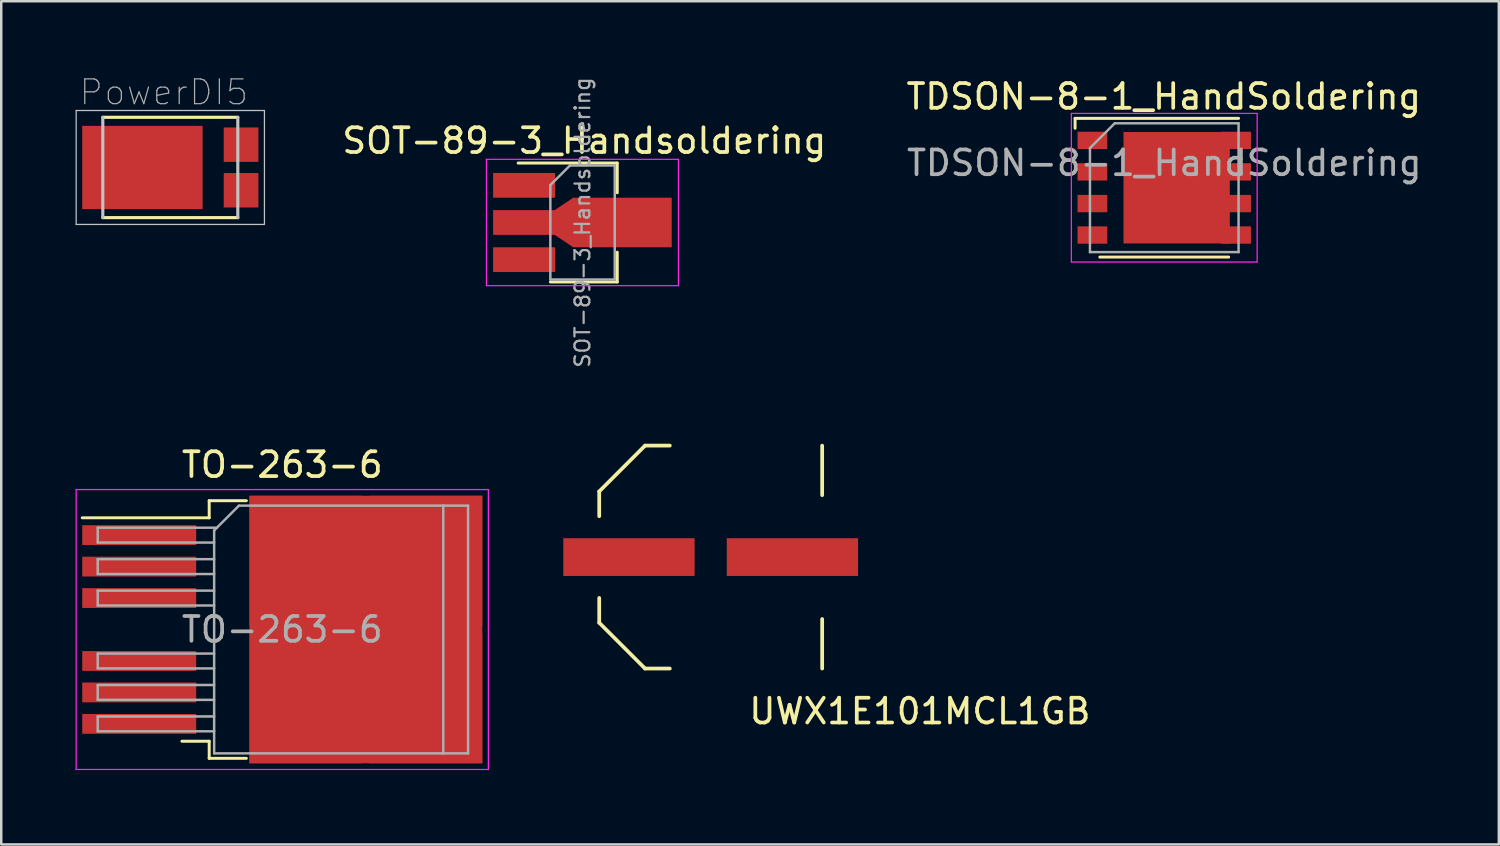
<source format=kicad_pcb>
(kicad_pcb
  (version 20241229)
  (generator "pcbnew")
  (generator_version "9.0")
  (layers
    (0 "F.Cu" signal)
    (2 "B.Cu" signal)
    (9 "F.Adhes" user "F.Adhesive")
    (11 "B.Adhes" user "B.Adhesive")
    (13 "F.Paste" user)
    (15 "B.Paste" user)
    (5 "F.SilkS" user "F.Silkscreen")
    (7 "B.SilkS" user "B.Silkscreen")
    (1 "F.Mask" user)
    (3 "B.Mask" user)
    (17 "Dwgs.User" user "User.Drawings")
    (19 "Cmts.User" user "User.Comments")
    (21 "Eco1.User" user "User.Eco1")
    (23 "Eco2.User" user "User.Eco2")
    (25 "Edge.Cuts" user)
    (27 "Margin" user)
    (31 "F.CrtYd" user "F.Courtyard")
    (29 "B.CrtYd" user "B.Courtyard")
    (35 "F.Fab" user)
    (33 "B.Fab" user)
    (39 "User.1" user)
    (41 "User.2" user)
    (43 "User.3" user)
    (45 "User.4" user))
  (footprint "UWX1E101MCL1GB"
    (layer "F.Cu")
    (at 25.64 19.439)
    (property "Reference" "UWX1E101MCL1GB" (at 8.445 6.223 0) (layer "F.SilkS") (effects (font (size 1 1) (thickness 0.15))))
    (attr through_hole)
    (fp_line (start -4.5 -2.65) (end -4.5 -1.65) (stroke (width 0.15) (type solid)) (layer "F.SilkS"))
    (fp_line (start -4.5 -2.65) (end -2.65 -4.5) (stroke (width 0.15) (type solid)) (layer "F.SilkS"))
    (fp_line (start -4.5 2.65) (end -4.5 1.65) (stroke (width 0.15) (type solid)) (layer "F.SilkS"))
    (fp_line (start -2.65 -4.5) (end -1.65 -4.5) (stroke (width 0.15) (type solid)) (layer "F.SilkS"))
    (fp_line (start -2.65 4.5) (end -4.5 2.65) (stroke (width 0.15) (type solid)) (layer "F.SilkS"))
    (fp_line (start -2.65 4.5) (end -1.65 4.5) (stroke (width 0.15) (type solid)) (layer "F.SilkS"))
    (fp_line (start 4.5 -4.5) (end 4.5 -2.5) (stroke (width 0.15) (type solid)) (layer "F.SilkS"))
    (fp_line (start 4.5 4.5) (end 4.5 2.5) (stroke (width 0.15) (type solid)) (layer "F.SilkS"))
    (pad "1" smd rect (at -3.3 0) (size 5.3 1.524) (layers "F.Cu" "F.Mask" "F.Paste"))
    (pad "2" smd rect (at 3.3 0) (size 5.3 1.524) (layers "F.Cu" "F.Mask" "F.Paste")))
  (footprint "TO-263-6"
    (layer "F.Cu")
    (at 8.345 22.363)
    (property "Reference" "TO-263-6" (at 0 -6.65 0) (layer "F.SilkS") (effects (font (size 1 1) (thickness 0.15))))
    (attr smd)
    (fp_line (start -2.95 -5.2) (end -2.95 -4.51) (stroke (width 0.12) (type solid)) (layer "F.SilkS"))
    (fp_line (start -2.95 -4.51) (end -8.075 -4.51) (stroke (width 0.12) (type solid)) (layer "F.SilkS"))
    (fp_line (start -2.95 4.51) (end -4.05 4.51) (stroke (width 0.12) (type solid)) (layer "F.SilkS"))
    (fp_line (start -2.95 5.2) (end -2.95 4.51) (stroke (width 0.12) (type solid)) (layer "F.SilkS"))
    (fp_line (start -1.45 -5.2) (end -2.95 -5.2) (stroke (width 0.12) (type solid)) (layer "F.SilkS"))
    (fp_line (start -1.45 5.2) (end -2.95 5.2) (stroke (width 0.12) (type solid)) (layer "F.SilkS"))
    (fp_line (start -8.32 -5.65) (end -8.32 5.65) (stroke (width 0.05) (type solid)) (layer "F.CrtYd"))
    (fp_line (start -8.32 5.65) (end 8.32 5.65) (stroke (width 0.05) (type solid)) (layer "F.CrtYd"))
    (fp_line (start 8.32 -5.65) (end -8.32 -5.65) (stroke (width 0.05) (type solid)) (layer "F.CrtYd"))
    (fp_line (start 8.32 5.65) (end 8.32 -5.65) (stroke (width 0.05) (type solid)) (layer "F.CrtYd"))
    (fp_line (start -7.45 -4.11) (end -7.45 -3.51) (stroke (width 0.1) (type solid)) (layer "F.Fab"))
    (fp_line (start -7.45 -3.51) (end -2.75 -3.51) (stroke (width 0.1) (type solid)) (layer "F.Fab"))
    (fp_line (start -7.45 -2.84) (end -7.45 -2.24) (stroke (width 0.1) (type solid)) (layer "F.Fab"))
    (fp_line (start -7.45 -2.24) (end -2.75 -2.24) (stroke (width 0.1) (type solid)) (layer "F.Fab"))
    (fp_line (start -7.45 -1.57) (end -7.45 -0.97) (stroke (width 0.1) (type solid)) (layer "F.Fab"))
    (fp_line (start -7.45 -0.97) (end -2.75 -0.97) (stroke (width 0.1) (type solid)) (layer "F.Fab"))
    (fp_line (start -7.45 0.97) (end -7.45 1.57) (stroke (width 0.1) (type solid)) (layer "F.Fab"))
    (fp_line (start -7.45 1.57) (end -2.75 1.57) (stroke (width 0.1) (type solid)) (layer "F.Fab"))
    (fp_line (start -7.45 2.24) (end -7.45 2.84) (stroke (width 0.1) (type solid)) (layer "F.Fab"))
    (fp_line (start -7.45 2.84) (end -2.75 2.84) (stroke (width 0.1) (type solid)) (layer "F.Fab"))
    (fp_line (start -7.45 3.51) (end -7.45 4.11) (stroke (width 0.1) (type solid)) (layer "F.Fab"))
    (fp_line (start -7.45 4.11) (end -2.75 4.11) (stroke (width 0.1) (type solid)) (layer "F.Fab"))
    (fp_line (start -2.75 -4) (end -1.75 -5) (stroke (width 0.1) (type solid)) (layer "F.Fab"))
    (fp_line (start -2.75 -2.84) (end -7.45 -2.84) (stroke (width 0.1) (type solid)) (layer "F.Fab"))
    (fp_line (start -2.75 -1.57) (end -7.45 -1.57) (stroke (width 0.1) (type solid)) (layer "F.Fab"))
    (fp_line (start -2.75 0.97) (end -7.45 0.97) (stroke (width 0.1) (type solid)) (layer "F.Fab"))
    (fp_line (start -2.75 2.24) (end -7.45 2.24) (stroke (width 0.1) (type solid)) (layer "F.Fab"))
    (fp_line (start -2.75 3.51) (end -7.45 3.51) (stroke (width 0.1) (type solid)) (layer "F.Fab"))
    (fp_line (start -2.75 5) (end -2.75 -4) (stroke (width 0.1) (type solid)) (layer "F.Fab"))
    (fp_line (start -2.64 -4.11) (end -7.45 -4.11) (stroke (width 0.1) (type solid)) (layer "F.Fab"))
    (fp_line (start -1.75 -5) (end 6.5 -5) (stroke (width 0.1) (type solid)) (layer "F.Fab"))
    (fp_line (start 6.5 -5) (end 6.5 5) (stroke (width 0.1) (type solid)) (layer "F.Fab"))
    (fp_line (start 6.5 -5) (end 7.5 -5) (stroke (width 0.1) (type solid)) (layer "F.Fab"))
    (fp_line (start 6.5 5) (end -2.75 5) (stroke (width 0.1) (type solid)) (layer "F.Fab"))
    (fp_line (start 7.5 -5) (end 7.5 5) (stroke (width 0.1) (type solid)) (layer "F.Fab"))
    (fp_line (start 7.5 5) (end 6.5 5) (stroke (width 0.1) (type solid)) (layer "F.Fab"))
    (fp_text user "${REFERENCE}" (at 0 0 0) (layer "F.Fab") (effects (font (size 1 1) (thickness 0.15))))
    (pad "1" smd rect (at -5.775 -3.81) (size 4.6 0.8) (layers "F.Cu" "F.Mask" "F.Paste"))
    (pad "2" smd rect (at -5.775 -2.54) (size 4.6 0.8) (layers "F.Cu" "F.Mask" "F.Paste"))
    (pad "2" smd rect (at -5.775 -1.27) (size 4.6 0.8) (layers "F.Cu" "F.Mask" "F.Paste"))
    (pad "2" smd rect (at -5.775 1.27) (size 4.6 0.8) (layers "F.Cu" "F.Mask" "F.Paste"))
    (pad "2" smd rect (at -5.775 2.54) (size 4.6 0.8) (layers "F.Cu" "F.Mask" "F.Paste"))
    (pad "2" smd rect (at -5.775 3.81) (size 4.6 0.8) (layers "F.Cu" "F.Mask" "F.Paste"))
    (pad "3" smd rect (at 0.95 -2.775) (size 4.55 5.25) (layers "F.Cu" "F.Paste"))
    (pad "3" smd rect (at 0.95 2.775) (size 4.55 5.25) (layers "F.Cu" "F.Paste"))
    (pad "3" smd rect (at 3.375 0) (size 9.4 10.8) (layers "F.Cu" "F.Mask"))
    (pad "3" smd rect (at 5.8 -2.775) (size 4.55 5.25) (layers "F.Cu" "F.Paste"))
    (pad "3" smd rect (at 5.8 2.775) (size 4.55 5.25) (layers "F.Cu" "F.Paste")))
  (footprint "TDSON-8-1_HandSoldering"
    (layer "F.Cu")
    (at 43.95 4.528)
    (property "Reference" "TDSON-8-1_HandSoldering" (at -0.02 -3.68 0) (layer "F.SilkS") (effects (font (size 1 1) (thickness 0.15))))
    (attr smd)
    (fp_line (start -3.6 -2.8) (end -3.6 -2.4) (stroke (width 0.12) (type solid)) (layer "F.SilkS"))
    (fp_line (start 2.6 2.8) (end -2.6 2.8) (stroke (width 0.12) (type solid)) (layer "F.SilkS"))
    (fp_line (start 3 -2.8) (end -3.6 -2.8) (stroke (width 0.12) (type solid)) (layer "F.SilkS"))
    (fp_line (start -3.75 -3) (end -3.75 3) (stroke (width 0.05) (type solid)) (layer "F.CrtYd"))
    (fp_line (start -3.75 3) (end 3.75 3) (stroke (width 0.05) (type solid)) (layer "F.CrtYd"))
    (fp_line (start 3.75 -3) (end -3.75 -3) (stroke (width 0.05) (type solid)) (layer "F.CrtYd"))
    (fp_line (start 3.75 3) (end 3.75 -3) (stroke (width 0.05) (type solid)) (layer "F.CrtYd"))
    (fp_line (start -3 2.6) (end -3 -1.6) (stroke (width 0.1) (type solid)) (layer "F.Fab"))
    (fp_line (start -2 -2.6) (end -3 -1.6) (stroke (width 0.1) (type solid)) (layer "F.Fab"))
    (fp_line (start -2 -2.6) (end 3 -2.6) (stroke (width 0.1) (type solid)) (layer "F.Fab"))
    (fp_line (start 3 -2.6) (end 3 2.6) (stroke (width 0.1) (type solid)) (layer "F.Fab"))
    (fp_line (start 3 2.6) (end -3 2.6) (stroke (width 0.1) (type solid)) (layer "F.Fab"))
    (fp_text user "${REFERENCE}" (at 0 -1 0) (layer "F.Fab") (effects (font (size 1 1) (thickness 0.15))))
    (pad "1" smd rect (at -2.9 1.91 270) (size 0.7 1.2) (layers "F.Cu" "F.Mask" "F.Paste"))
    (pad "2" smd rect (at -2.9 -1.91 270) (size 0.7 1.2) (layers "F.Cu" "F.Mask" "F.Paste"))
    (pad "2" smd rect (at -2.9 -0.64 270) (size 0.7 1.2) (layers "F.Cu" "F.Mask" "F.Paste"))
    (pad "2" smd rect (at -2.9 0.64 270) (size 0.7 1.2) (layers "F.Cu" "F.Mask" "F.Paste"))
    (pad "3" smd rect (at -0.75 1.09 270) (size 1.55 1.2) (layers "F.Cu" "F.Mask" "F.Paste"))
    (pad "3" smd rect (at 0.5 0 270) (size 4.5 4.29) (layers "F.Cu" "F.Mask" "F.Paste"))
    (pad "3" smd rect (at 1.25 -1.09 270) (size 1.55 1.6) (layers "F.Cu" "F.Mask" "F.Paste"))
    (pad "3" smd rect (at 1.25 1.09 270) (size 1.55 1.6) (layers "F.Cu" "F.Mask" "F.Paste"))
    (pad "3" smd rect (at 2.9 -1.91 270) (size 0.7 1.2) (layers "F.Cu" "F.Mask" "F.Paste"))
    (pad "3" smd rect (at 2.9 -0.64 270) (size 0.7 1.2) (layers "F.Cu" "F.Mask" "F.Paste"))
    (pad "3" smd rect (at 2.9 0.64 270) (size 0.7 1.2) (layers "F.Cu" "F.Mask" "F.Paste"))
    (pad "3" smd rect (at 2.9 1.91 270) (size 0.7 1.2) (layers "F.Cu" "F.Mask" "F.Paste"))
    (pad "5" smd rect (at -0.75 -1.09 270) (size 1.55 1.2) (layers "F.Cu" "F.Mask" "F.Paste")))
  (footprint "SOT-89-3_Handsoldering"
    (layer "F.Cu")
    (at 20.087 5.932)
    (property "Reference" "SOT-89-3_Handsoldering" (at 0.45 -3.3 0) (layer "F.SilkS") (effects (font (size 1 1) (thickness 0.15))))
    (attr smd)
    (fp_line (start -2.22 -2.4) (end 1.78 -2.4) (stroke (width 0.12) (type solid)) (layer "F.SilkS"))
    (fp_line (start 1.78 -2.4) (end 1.78 -1.2) (stroke (width 0.12) (type solid)) (layer "F.SilkS"))
    (fp_line (start 1.78 1.2) (end 1.78 2.4) (stroke (width 0.12) (type solid)) (layer "F.SilkS"))
    (fp_line (start 1.78 2.4) (end -0.92 2.4) (stroke (width 0.12) (type solid)) (layer "F.SilkS"))
    (fp_line (start -3.5 -2.55) (end -3.5 2.55) (stroke (width 0.05) (type solid)) (layer "F.CrtYd"))
    (fp_line (start -3.5 2.55) (end 4.25 2.55) (stroke (width 0.05) (type solid)) (layer "F.CrtYd"))
    (fp_line (start 4.25 -2.55) (end -3.5 -2.55) (stroke (width 0.05) (type solid)) (layer "F.CrtYd"))
    (fp_line (start 4.25 2.55) (end 4.25 -2.55) (stroke (width 0.05) (type solid)) (layer "F.CrtYd"))
    (fp_line (start -0.92 -1.51) (end -0.13 -2.3) (stroke (width 0.1) (type solid)) (layer "F.Fab"))
    (fp_line (start -0.92 2.3) (end -0.92 -1.51) (stroke (width 0.1) (type solid)) (layer "F.Fab"))
    (fp_line (start -0.13 -2.3) (end 1.68 -2.3) (stroke (width 0.1) (type solid)) (layer "F.Fab"))
    (fp_line (start 1.68 -2.3) (end 1.68 2.3) (stroke (width 0.1) (type solid)) (layer "F.Fab"))
    (fp_line (start 1.68 2.3) (end -0.92 2.3) (stroke (width 0.1) (type solid)) (layer "F.Fab"))
    (fp_text user "${REFERENCE}" (at 0.38 0 90) (layer "F.Fab") (effects (font (size 0.6 0.6) (thickness 0.09))))
    (pad "1" smd rect (at -1.98 1.5 270) (size 1 2.5) (layers "F.Cu" "F.Mask" "F.Paste"))
    (pad "2" smd rect (at -1.98 0 270) (size 1 2.5) (layers "F.Cu" "F.Mask" "F.Paste"))
    (pad "2" smd trapezoid (at -0.37 0 90) (size 1.5 0.75) (rect_delta 0 0.5) (layers "F.Cu" "F.Mask" "F.Paste"))
    (pad "2" smd rect (at 1.98 0 270) (size 2 4) (layers "F.Cu" "F.Mask" "F.Paste"))
    (pad "3" smd rect (at -1.98 -1.5 270) (size 1 2.5) (layers "F.Cu" "F.Mask" "F.Paste")))
  (footprint "PowerDI5"
    (layer "F.Cu")
    (at 3.825 3.711)
    (property "Reference" "PowerDI5" (at -0.26 -3.037 0) (layer "F.Fab") (effects (font (size 1.001 1.001) (thickness 0.05))))
    (attr smd)
    (fp_line (start -2.725 2.025) (end 2.725 2.025) (stroke (width 0.127) (type solid)) (layer "F.SilkS"))
    (fp_line (start 2.725 -2.025) (end -2.725 -2.025) (stroke (width 0.127) (type solid)) (layer "F.SilkS"))
    (fp_line (start -3.8 -2.3) (end 3.8 -2.3) (stroke (width 0.05) (type solid)) (layer "Dwgs.User"))
    (fp_line (start -3.8 2.3) (end -3.8 -2.3) (stroke (width 0.05) (type solid)) (layer "Dwgs.User"))
    (fp_line (start -2.725 -2.025) (end -2.725 2.025) (stroke (width 0.127) (type solid)) (layer "Dwgs.User"))
    (fp_line (start 2.725 2.025) (end 2.725 -2.025) (stroke (width 0.127) (type solid)) (layer "Dwgs.User"))
    (fp_line (start 3.8 -2.3) (end 3.8 2.3) (stroke (width 0.05) (type solid)) (layer "Dwgs.User"))
    (fp_line (start 3.8 2.3) (end -3.8 2.3) (stroke (width 0.05) (type solid)) (layer "Dwgs.User"))
    (pad "1" smd rect (at -1.126 0 90) (size 3.36 4.86) (layers "F.Cu" "F.Mask" "F.Paste"))
    (pad "2" smd rect (at 2.856 -0.92 90) (size 1.39 1.4) (layers "F.Cu" "F.Mask" "F.Paste"))
    (pad "2" smd rect (at 2.856 0.92 90) (size 1.39 1.4) (layers "F.Cu" "F.Mask" "F.Paste")))
  (gr_rect
    (start -3 -3)
    (end 57.456 31.038)
    (stroke (width 0.1) (type default))
    (fill no)
    (layer "Edge.Cuts")))
</source>
